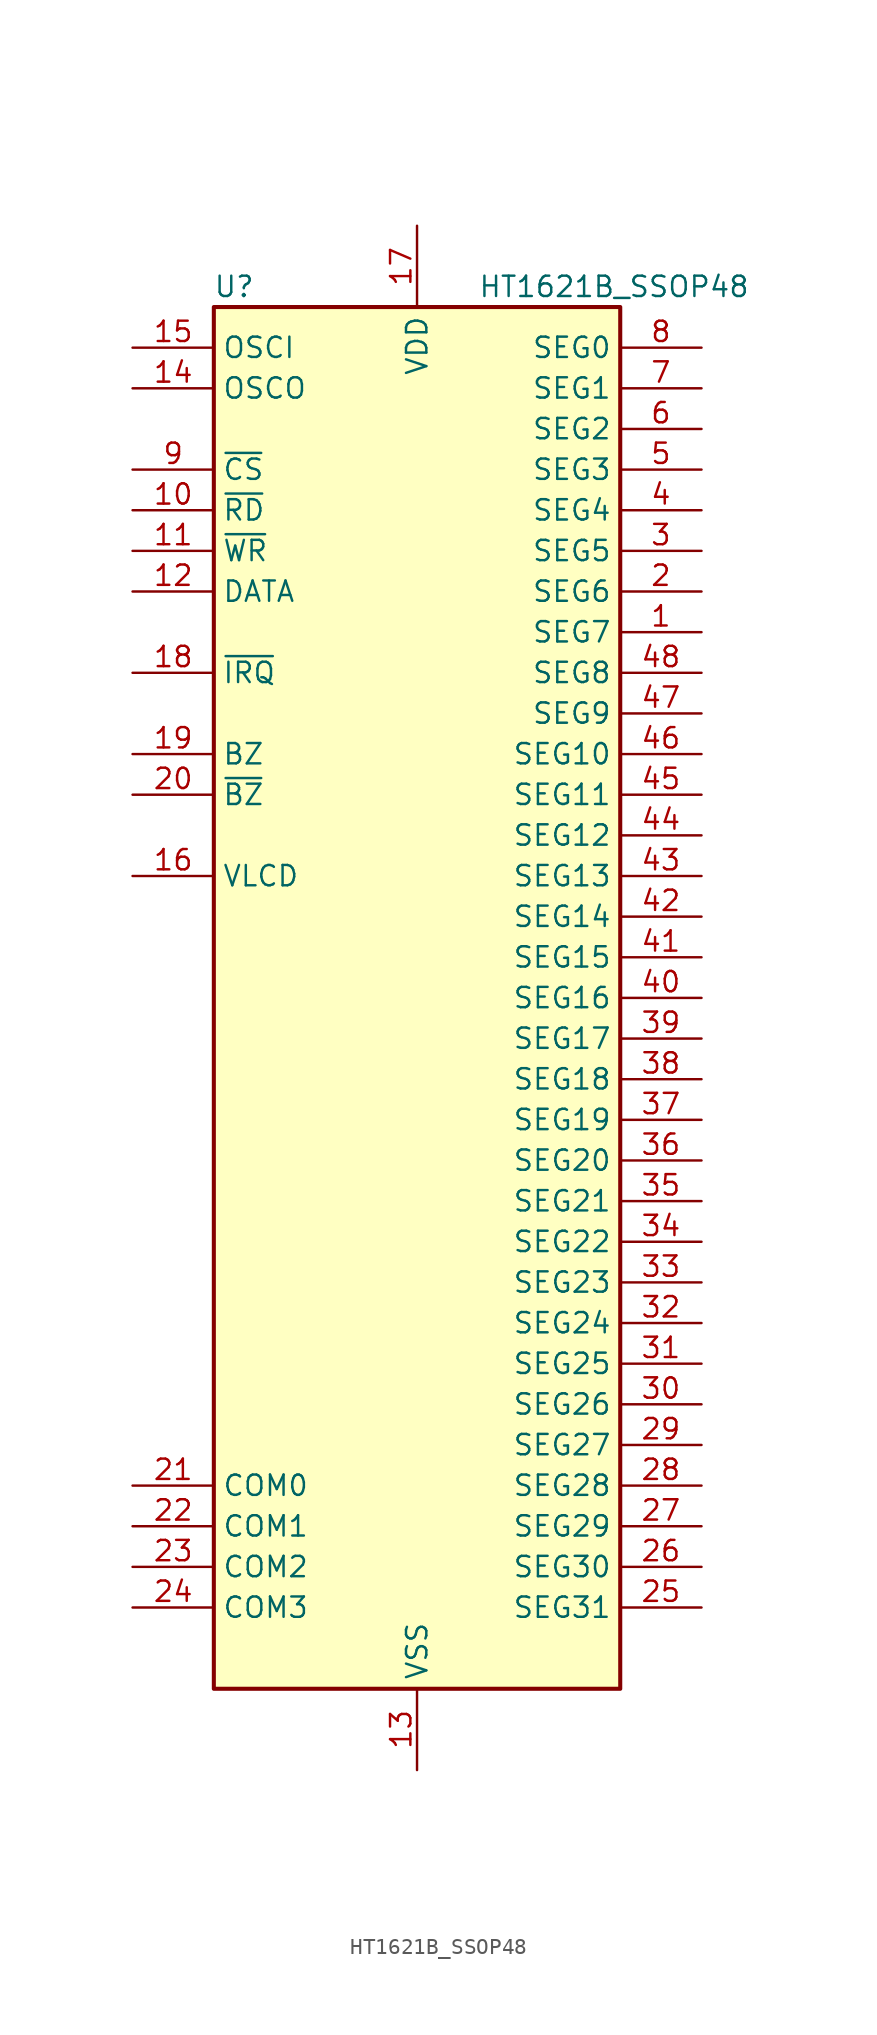
<source format=kicad_sym>
(kicad_symbol_lib
  (version 20211014)
  (generator kicad_symbol_editor)
  (symbol "HT1621B_SSOP48"
    (property "Reference" "U"
      (at -11.43 44.45 0)
      (effects (font (size 1.27 1.27))))
    (property "Value" "HT1621B_SSOP48"
      (at 3.81 44.45 0)
      (effects (font (size 1.27 1.27)) (justify left)))
    (symbol "HT1621B_SSOP48_0_1"
      (rectangle (start -12.7 43.18) (end 12.7 -43.18) (stroke (width 0.254) (type default) (color 0 0 0 0)) (fill (type background))))
    (symbol "HT1621B_SSOP48_1_1"
      (pin output line (at 17.78 22.86 180) (length 5.08) (name "SEG7" (effects (font (size 1.27 1.27)))) (number "1" (effects (font (size 1.27 1.27)))))
      (pin input line (at -17.78 30.48 0) (length 5.08) (name "~{RD}" (effects (font (size 1.27 1.27)))) (number "10" (effects (font (size 1.27 1.27)))))
      (pin input line (at -17.78 27.94 0) (length 5.08) (name "~{WR}" (effects (font (size 1.27 1.27)))) (number "11" (effects (font (size 1.27 1.27)))))
      (pin bidirectional line (at -17.78 25.4 0) (length 5.08) (name "DATA" (effects (font (size 1.27 1.27)))) (number "12" (effects (font (size 1.27 1.27)))))
      (pin power_in line (at 0 -48.26 90) (length 5.08) (name "VSS" (effects (font (size 1.27 1.27)))) (number "13" (effects (font (size 1.27 1.27)))))
      (pin output line (at -17.78 38.1 0) (length 5.08) (name "OSCO" (effects (font (size 1.27 1.27)))) (number "14" (effects (font (size 1.27 1.27)))))
      (pin input line (at -17.78 40.64 0) (length 5.08) (name "OSCI" (effects (font (size 1.27 1.27)))) (number "15" (effects (font (size 1.27 1.27)))))
      (pin input line (at -17.78 7.62 0) (length 5.08) (name "VLCD" (effects (font (size 1.27 1.27)))) (number "16" (effects (font (size 1.27 1.27)))))
      (pin power_in line (at 0 48.26 270) (length 5.08) (name "VDD" (effects (font (size 1.27 1.27)))) (number "17" (effects (font (size 1.27 1.27)))))
      (pin output line (at -17.78 20.32 0) (length 5.08) (name "~{IRQ}" (effects (font (size 1.27 1.27)))) (number "18" (effects (font (size 1.27 1.27)))))
      (pin output line (at -17.78 15.24 0) (length 5.08) (name "BZ" (effects (font (size 1.27 1.27)))) (number "19" (effects (font (size 1.27 1.27)))))
      (pin output line (at 17.78 25.4 180) (length 5.08) (name "SEG6" (effects (font (size 1.27 1.27)))) (number "2" (effects (font (size 1.27 1.27)))))
      (pin output line (at -17.78 12.7 0) (length 5.08) (name "~{BZ}" (effects (font (size 1.27 1.27)))) (number "20" (effects (font (size 1.27 1.27)))))
      (pin output line (at -17.78 -30.48 0) (length 5.08) (name "COM0" (effects (font (size 1.27 1.27)))) (number "21" (effects (font (size 1.27 1.27)))))
      (pin output line (at -17.78 -33.02 0) (length 5.08) (name "COM1" (effects (font (size 1.27 1.27)))) (number "22" (effects (font (size 1.27 1.27)))))
      (pin output line (at -17.78 -35.56 0) (length 5.08) (name "COM2" (effects (font (size 1.27 1.27)))) (number "23" (effects (font (size 1.27 1.27)))))
      (pin output line (at -17.78 -38.1 0) (length 5.08) (name "COM3" (effects (font (size 1.27 1.27)))) (number "24" (effects (font (size 1.27 1.27)))))
      (pin output line (at 17.78 -38.1 180) (length 5.08) (name "SEG31" (effects (font (size 1.27 1.27)))) (number "25" (effects (font (size 1.27 1.27)))))
      (pin output line (at 17.78 -35.56 180) (length 5.08) (name "SEG30" (effects (font (size 1.27 1.27)))) (number "26" (effects (font (size 1.27 1.27)))))
      (pin output line (at 17.78 -33.02 180) (length 5.08) (name "SEG29" (effects (font (size 1.27 1.27)))) (number "27" (effects (font (size 1.27 1.27)))))
      (pin output line (at 17.78 -30.48 180) (length 5.08) (name "SEG28" (effects (font (size 1.27 1.27)))) (number "28" (effects (font (size 1.27 1.27)))))
      (pin output line (at 17.78 -27.94 180) (length 5.08) (name "SEG27" (effects (font (size 1.27 1.27)))) (number "29" (effects (font (size 1.27 1.27)))))
      (pin output line (at 17.78 27.94 180) (length 5.08) (name "SEG5" (effects (font (size 1.27 1.27)))) (number "3" (effects (font (size 1.27 1.27)))))
      (pin output line (at 17.78 -25.4 180) (length 5.08) (name "SEG26" (effects (font (size 1.27 1.27)))) (number "30" (effects (font (size 1.27 1.27)))))
      (pin output line (at 17.78 -22.86 180) (length 5.08) (name "SEG25" (effects (font (size 1.27 1.27)))) (number "31" (effects (font (size 1.27 1.27)))))
      (pin output line (at 17.78 -20.32 180) (length 5.08) (name "SEG24" (effects (font (size 1.27 1.27)))) (number "32" (effects (font (size 1.27 1.27)))))
      (pin output line (at 17.78 -17.78 180) (length 5.08) (name "SEG23" (effects (font (size 1.27 1.27)))) (number "33" (effects (font (size 1.27 1.27)))))
      (pin output line (at 17.78 -15.24 180) (length 5.08) (name "SEG22" (effects (font (size 1.27 1.27)))) (number "34" (effects (font (size 1.27 1.27)))))
      (pin output line (at 17.78 -12.7 180) (length 5.08) (name "SEG21" (effects (font (size 1.27 1.27)))) (number "35" (effects (font (size 1.27 1.27)))))
      (pin output line (at 17.78 -10.16 180) (length 5.08) (name "SEG20" (effects (font (size 1.27 1.27)))) (number "36" (effects (font (size 1.27 1.27)))))
      (pin output line (at 17.78 -7.62 180) (length 5.08) (name "SEG19" (effects (font (size 1.27 1.27)))) (number "37" (effects (font (size 1.27 1.27)))))
      (pin output line (at 17.78 -5.08 180) (length 5.08) (name "SEG18" (effects (font (size 1.27 1.27)))) (number "38" (effects (font (size 1.27 1.27)))))
      (pin output line (at 17.78 -2.54 180) (length 5.08) (name "SEG17" (effects (font (size 1.27 1.27)))) (number "39" (effects (font (size 1.27 1.27)))))
      (pin output line (at 17.78 30.48 180) (length 5.08) (name "SEG4" (effects (font (size 1.27 1.27)))) (number "4" (effects (font (size 1.27 1.27)))))
      (pin output line (at 17.78 0 180) (length 5.08) (name "SEG16" (effects (font (size 1.27 1.27)))) (number "40" (effects (font (size 1.27 1.27)))))
      (pin output line (at 17.78 2.54 180) (length 5.08) (name "SEG15" (effects (font (size 1.27 1.27)))) (number "41" (effects (font (size 1.27 1.27)))))
      (pin output line (at 17.78 5.08 180) (length 5.08) (name "SEG14" (effects (font (size 1.27 1.27)))) (number "42" (effects (font (size 1.27 1.27)))))
      (pin output line (at 17.78 7.62 180) (length 5.08) (name "SEG13" (effects (font (size 1.27 1.27)))) (number "43" (effects (font (size 1.27 1.27)))))
      (pin output line (at 17.78 10.16 180) (length 5.08) (name "SEG12" (effects (font (size 1.27 1.27)))) (number "44" (effects (font (size 1.27 1.27)))))
      (pin output line (at 17.78 12.7 180) (length 5.08) (name "SEG11" (effects (font (size 1.27 1.27)))) (number "45" (effects (font (size 1.27 1.27)))))
      (pin output line (at 17.78 15.24 180) (length 5.08) (name "SEG10" (effects (font (size 1.27 1.27)))) (number "46" (effects (font (size 1.27 1.27)))))
      (pin output line (at 17.78 17.78 180) (length 5.08) (name "SEG9" (effects (font (size 1.27 1.27)))) (number "47" (effects (font (size 1.27 1.27)))))
      (pin output line (at 17.78 20.32 180) (length 5.08) (name "SEG8" (effects (font (size 1.27 1.27)))) (number "48" (effects (font (size 1.27 1.27)))))
      (pin output line (at 17.78 33.02 180) (length 5.08) (name "SEG3" (effects (font (size 1.27 1.27)))) (number "5" (effects (font (size 1.27 1.27)))))
      (pin output line (at 17.78 35.56 180) (length 5.08) (name "SEG2" (effects (font (size 1.27 1.27)))) (number "6" (effects (font (size 1.27 1.27)))))
      (pin output line (at 17.78 38.1 180) (length 5.08) (name "SEG1" (effects (font (size 1.27 1.27)))) (number "7" (effects (font (size 1.27 1.27)))))
      (pin output line (at 17.78 40.64 180) (length 5.08) (name "SEG0" (effects (font (size 1.27 1.27)))) (number "8" (effects (font (size 1.27 1.27)))))
      (pin input line (at -17.78 33.02 0) (length 5.08) (name "~{CS}" (effects (font (size 1.27 1.27)))) (number "9" (effects (font (size 1.27 1.27))))))))
</source>
